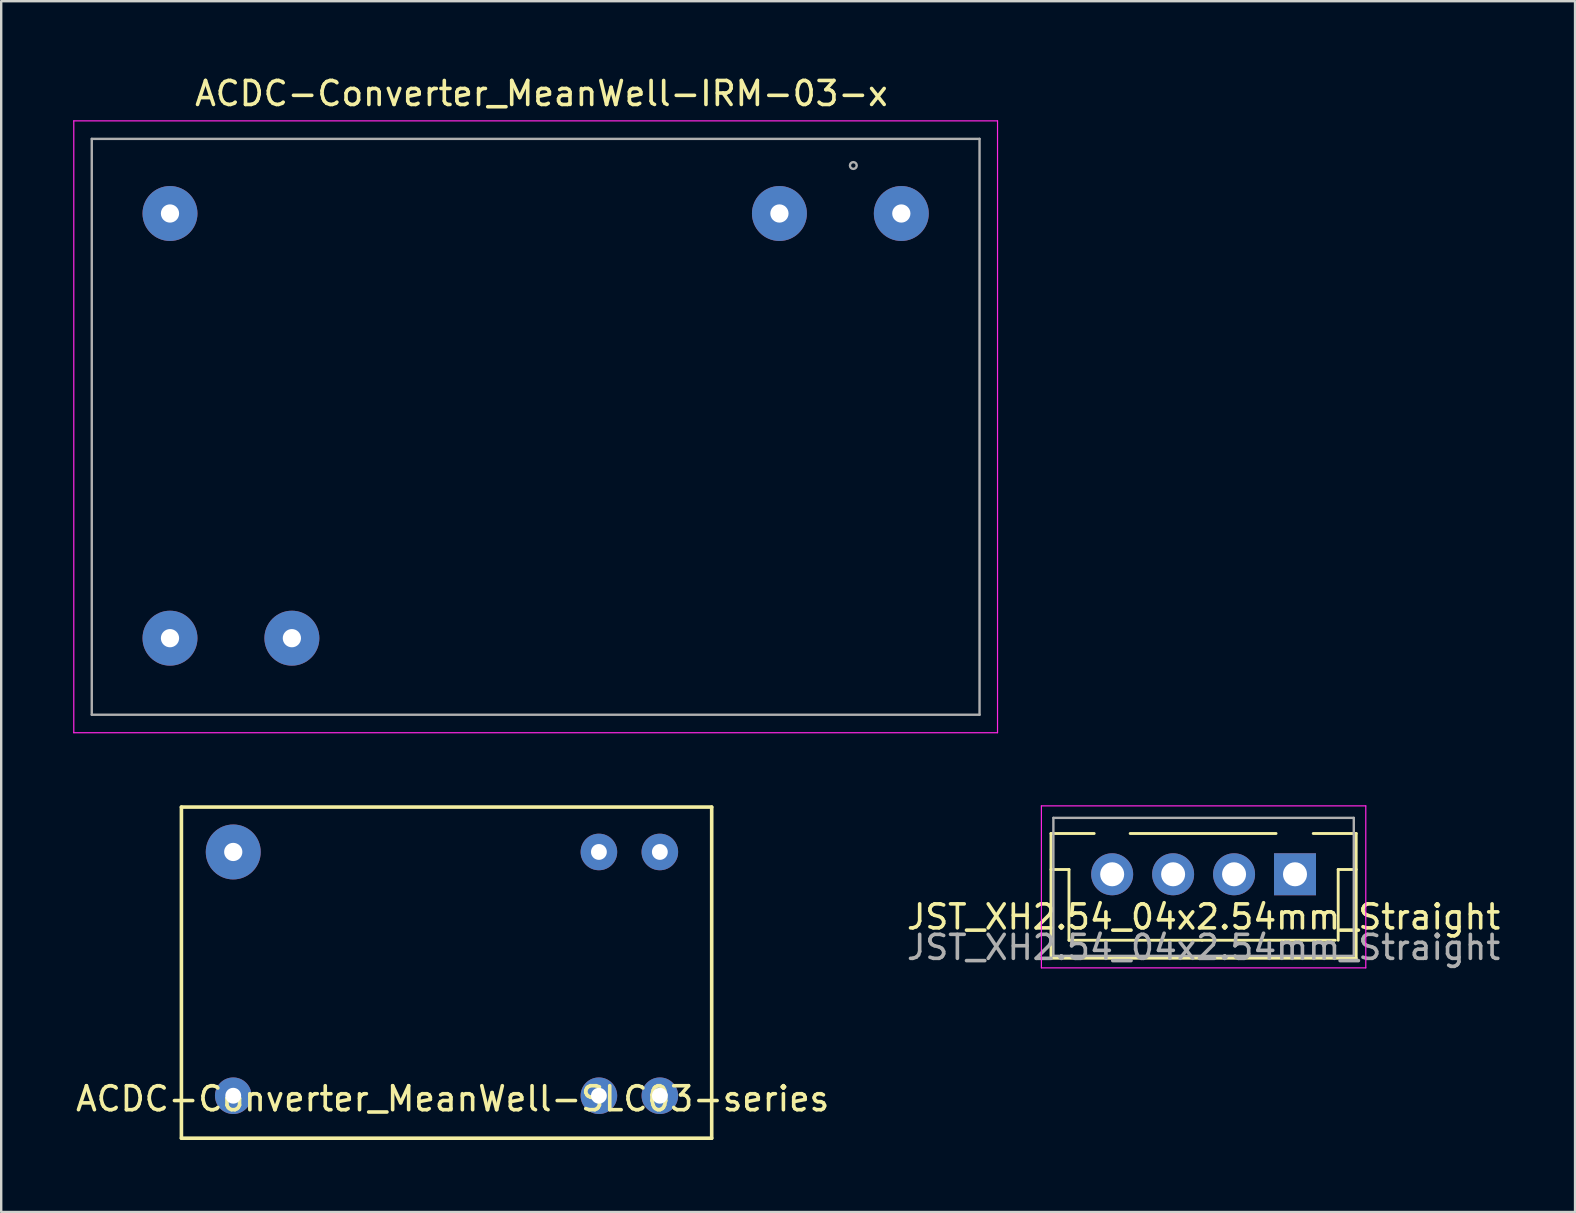
<source format=kicad_pcb>
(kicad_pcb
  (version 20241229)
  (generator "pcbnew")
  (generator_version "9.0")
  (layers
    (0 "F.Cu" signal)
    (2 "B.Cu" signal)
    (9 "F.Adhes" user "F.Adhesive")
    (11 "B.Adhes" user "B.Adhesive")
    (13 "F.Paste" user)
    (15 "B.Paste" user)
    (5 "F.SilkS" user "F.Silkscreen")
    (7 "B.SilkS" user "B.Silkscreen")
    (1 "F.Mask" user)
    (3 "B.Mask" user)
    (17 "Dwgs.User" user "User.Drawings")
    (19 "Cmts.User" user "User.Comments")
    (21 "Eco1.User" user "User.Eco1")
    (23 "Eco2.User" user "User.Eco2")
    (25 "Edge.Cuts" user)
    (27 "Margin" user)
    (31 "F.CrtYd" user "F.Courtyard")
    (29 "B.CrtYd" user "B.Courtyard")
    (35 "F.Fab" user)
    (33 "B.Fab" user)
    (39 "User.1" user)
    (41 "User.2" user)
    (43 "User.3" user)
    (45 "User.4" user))
  (footprint "ACDC-Converter_MeanWell-IRM-03-x"
    (layer "F.Cu")
    (at 34.515 5.848)
    (property "Reference" "ACDC-Converter_MeanWell-IRM-03-x" (at -15 -5 0) (layer "F.SilkS") (effects (font (size 1 1) (thickness 0.15))))
    (attr through_hole)
    (fp_line (start -34.24 -3.61) (end -34.24 21.39) (stroke (width 0.12) (type solid)) (layer "Eco1.User"))
    (fp_line (start 3.76 -3.61) (end -34.24 -3.61) (stroke (width 0.12) (type solid)) (layer "Eco1.User"))
    (fp_line (start 3.76 -3.61) (end 3.76 21.39) (stroke (width 0.12) (type solid)) (layer "Eco1.User"))
    (fp_line (start 3.76 21.39) (end -34.24 21.39) (stroke (width 0.12) (type solid)) (layer "Eco1.User"))
    (fp_line (start -34.49 -3.86) (end -34.49 21.64) (stroke (width 0.05) (type solid)) (layer "F.CrtYd"))
    (fp_line (start 4.01 -3.86) (end -34.49 -3.86) (stroke (width 0.05) (type solid)) (layer "F.CrtYd"))
    (fp_line (start 4.01 -3.86) (end 4.01 21.64) (stroke (width 0.05) (type solid)) (layer "F.CrtYd"))
    (fp_line (start 4.01 21.64) (end -34.49 21.64) (stroke (width 0.05) (type solid)) (layer "F.CrtYd"))
    (fp_line (start -33.74 -3.11) (end -33.74 20.89) (stroke (width 0.1) (type solid)) (layer "F.Fab"))
    (fp_line (start 3.26 -3.11) (end -33.74 -3.11) (stroke (width 0.1) (type solid)) (layer "F.Fab"))
    (fp_line (start 3.26 -3.11) (end 3.26 20.89) (stroke (width 0.1) (type solid)) (layer "F.Fab"))
    (fp_line (start 3.26 20.89) (end -33.74 20.89) (stroke (width 0.1) (type solid)) (layer "F.Fab"))
    (fp_circle (center -2 -2) (end -1.9 -1.9) (stroke (width 0.1) (type solid)) (fill no) (layer "F.Fab"))
    (pad "1" thru_hole circle (at 0 0) (size 2.29 2.29) (drill 0.76) (layers "*.Cu" "*.Mask"))
    (pad "2" thru_hole circle (at -5.08 0) (size 2.29 2.29) (drill 0.76) (layers "*.Cu" "*.Mask"))
    (pad "3" thru_hole circle (at -25.4 17.7) (size 2.29 2.29) (drill 0.76) (layers "*.Cu" "*.Mask"))
    (pad "4" thru_hole circle (at -30.48 17.7) (size 2.29 2.29) (drill 0.76) (layers "*.Cu" "*.Mask"))
    (pad "5" thru_hole circle (at -30.48 0) (size 2.29 2.29) (drill 0.76) (layers "*.Cu" "*.Mask")))
  (footprint "ACDC-Converter_MeanWell-SLC03-series"
    (layer "F.Cu")
    (at 6.671 32.458)
    (property "Reference" "ACDC-Converter_MeanWell-SLC03-series" (at 9.144 10.287 0) (layer "F.SilkS") (effects (font (size 1 1) (thickness 0.15))))
    (attr through_hole)
    (fp_line (start -2.16 -1.87) (end -2.16 11.93) (stroke (width 0.15) (type solid)) (layer "F.SilkS"))
    (fp_line (start -2.16 -1.87) (end 19.94 -1.87) (stroke (width 0.15) (type solid)) (layer "F.SilkS"))
    (fp_line (start -2.16 11.93) (end 19.94 11.93) (stroke (width 0.15) (type solid)) (layer "F.SilkS"))
    (fp_line (start 19.941 -1.87) (end 19.941 11.93) (stroke (width 0.15) (type solid)) (layer "F.SilkS"))
    (pad "1" thru_hole circle (at 0 10.16) (size 1.524 1.524) (drill 0.66) (layers "*.Cu" "*.Mask"))
    (pad "7" thru_hole circle (at 15.24 10.16) (size 1.524 1.524) (drill 0.66) (layers "*.Cu" "*.Mask"))
    (pad "8" thru_hole circle (at 17.78 10.16) (size 1.524 1.524) (drill 0.66) (layers "*.Cu" "*.Mask"))
    (pad "9" thru_hole circle (at 17.78 0) (size 1.524 1.524) (drill 0.66) (layers "*.Cu" "*.Mask"))
    (pad "10" thru_hole circle (at 15.24 0) (size 1.524 1.524) (drill 0.66) (layers "*.Cu" "*.Mask"))
    (pad "16" thru_hole circle (at 0 0) (size 2.29 2.29) (drill 0.76) (layers "*.Cu" "*.Mask")))
  (footprint "JST_XH2.54_04x2.54mm_Straight"
    (layer "F.Cu")
    (at 43.303 33.388)
    (property "Reference" "JST_XH2.54_04x2.54mm_Straight" (at 3.81 1.778 0) (layer "F.SilkS") (effects (font (size 1 1) (thickness 0.15))))
    (attr through_hole)
    (fp_line (start -2.55 -1.7) (end -2.55 3.5) (stroke (width 0.12) (type solid)) (layer "F.SilkS"))
    (fp_line (start -2.55 -1.7) (end -0.75 -1.7) (stroke (width 0.12) (type solid)) (layer "F.SilkS"))
    (fp_line (start -2.55 -0.2) (end -1.8 -0.2) (stroke (width 0.12) (type solid)) (layer "F.SilkS"))
    (fp_line (start -2.55 3.5) (end 10.17 3.5) (stroke (width 0.12) (type solid)) (layer "F.SilkS"))
    (fp_line (start -1.8 -0.2) (end -1.8 2.75) (stroke (width 0.12) (type solid)) (layer "F.SilkS"))
    (fp_line (start -1.8 2.75) (end 3.75 2.75) (stroke (width 0.12) (type solid)) (layer "F.SilkS"))
    (fp_line (start 0.75 -1.7) (end 6.83 -1.7) (stroke (width 0.12) (type solid)) (layer "F.SilkS"))
    (fp_line (start 8.38 -1.7) (end 10.17 -1.7) (stroke (width 0.12) (type solid)) (layer "F.SilkS"))
    (fp_line (start 9.3 2.75) (end 3.75 2.75) (stroke (width 0.12) (type solid)) (layer "F.SilkS"))
    (fp_line (start 9.42 -0.2) (end 9.42 2.75) (stroke (width 0.12) (type solid)) (layer "F.SilkS"))
    (fp_line (start 10.17 -0.2) (end 9.42 -0.2) (stroke (width 0.12) (type solid)) (layer "F.SilkS"))
    (fp_line (start 10.17 3.5) (end 10.17 -1.7) (stroke (width 0.12) (type solid)) (layer "F.SilkS"))
    (fp_line (start -2.95 -2.85) (end -2.95 3.9) (stroke (width 0.05) (type solid)) (layer "F.CrtYd"))
    (fp_line (start -2.95 3.9) (end 10.57 3.9) (stroke (width 0.05) (type solid)) (layer "F.CrtYd"))
    (fp_line (start 10.57 -2.85) (end -2.95 -2.85) (stroke (width 0.05) (type solid)) (layer "F.CrtYd"))
    (fp_line (start 10.57 3.9) (end 10.57 -2.85) (stroke (width 0.05) (type solid)) (layer "F.CrtYd"))
    (fp_line (start -2.45 -2.35) (end -2.45 3.4) (stroke (width 0.1) (type solid)) (layer "F.Fab"))
    (fp_line (start -2.45 3.4) (end 10.07 3.4) (stroke (width 0.1) (type solid)) (layer "F.Fab"))
    (fp_line (start 10.07 -2.35) (end -2.45 -2.35) (stroke (width 0.1) (type solid)) (layer "F.Fab"))
    (fp_line (start 10.07 3.4) (end 10.07 -2.35) (stroke (width 0.1) (type solid)) (layer "F.Fab"))
    (fp_text user "${REFERENCE}" (at 3.81 3.048 0) (layer "F.Fab") (effects (font (size 1 1) (thickness 0.15))))
    (pad "1" thru_hole rect (at 7.62 0) (size 1.75 1.75) (drill 1) (layers "*.Cu" "*.Mask"))
    (pad "2" thru_hole circle (at 5.08 0) (size 1.75 1.75) (drill 1) (layers "*.Cu" "*.Mask"))
    (pad "3" thru_hole circle (at 2.54 0) (size 1.75 1.75) (drill 1) (layers "*.Cu" "*.Mask"))
    (pad "4" thru_hole circle (at 0 0) (size 1.75 1.75) (drill 1) (layers "*.Cu" "*.Mask")))
  (gr_rect
    (start -3 -3)
    (end 62.595 47.463)
    (stroke (width 0.1) (type default))
    (fill no)
    (layer "Edge.Cuts")))
</source>
